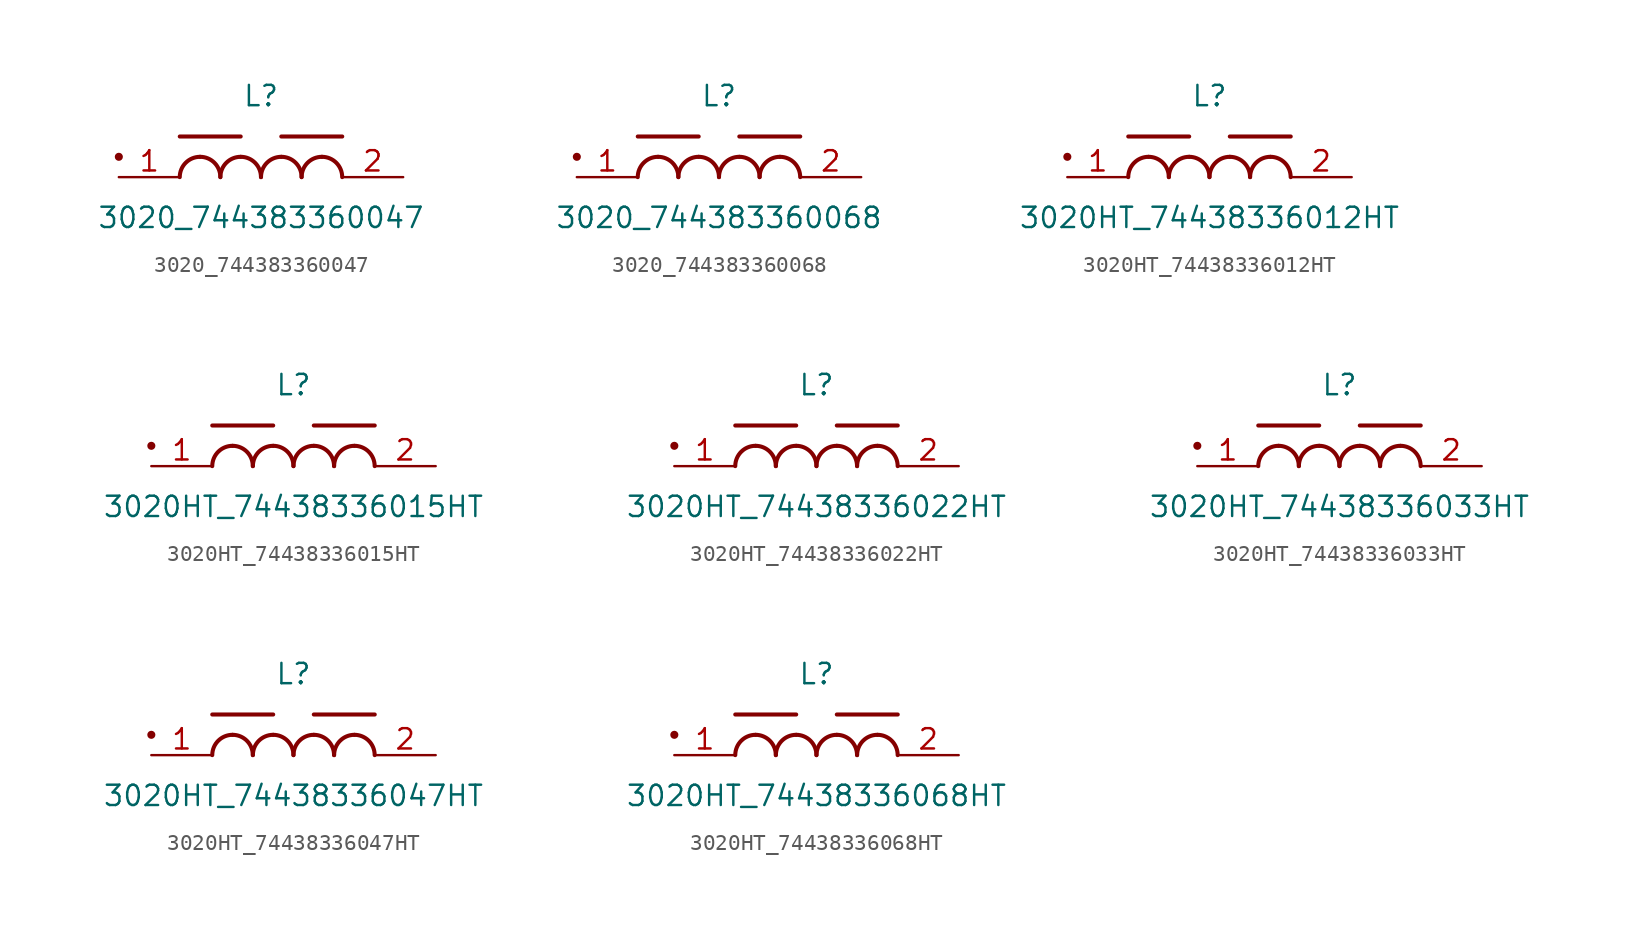
<source format=kicad_sym>
(kicad_symbol_lib
  (version 20211014)
  (generator kicad_symbol_editor)
  (symbol "Inductor_Wurth_WE-MAPI:3020_744383360047"
    (pin_names hide)
    (property "Reference" "L"
      (at 0 5.08 0)
      (effects (font (size 1.27 1.27))))
    (property "Value" "3020_744383360047"
      (at 0 -2.54 0)
      (effects (font (size 1.27 1.27))))
    (symbol "3020_744383360047_0_1"
      (circle (center -8.89 1.27) (radius 0.0001) (stroke (width 0.254)) (stroke (width 0.254) (type default) (color 0 0 0 0)) (fill (type none)))
      (arc (start -3.81 1.27) (mid -4.708 0.898) (end -5.08 0) (stroke (width 0.254) (type default) (color 0 0 0 0)) (fill (type none)))
      (arc (start -2.54 0) (mid -2.912 0.898) (end -3.81 1.27) (stroke (width 0.254) (type default) (color 0 0 0 0)) (fill (type none)))
      (arc (start -1.2699 1.2701) (mid -2.1679 0.8981) (end -2.5399 0.0001) (stroke (width 0.254) (type default) (color 0 0 0 0)) (fill (type none)))
      (polyline (pts (xy -5.08 2.54) (xy -1.27 2.54)) (stroke (width 0.254) (type default) (color 0 0 0 0)) (fill (type none)))
      (polyline (pts (xy 5.08 2.54) (xy 1.27 2.54)) (stroke (width 0.254) (type default) (color 0 0 0 0)) (fill (type none)))
      (arc (start 0.0001 0.0001) (mid -0.3719 0.8981) (end -1.2699 1.2701) (stroke (width 0.254) (type default) (color 0 0 0 0)) (fill (type none)))
      (arc (start 1.2701 1.2701) (mid 0.3721 0.8981) (end 0.0001 0.0001) (stroke (width 0.254) (type default) (color 0 0 0 0)) (fill (type none)))
      (arc (start 2.5401 0.0001) (mid 2.1681 0.8981) (end 1.2701 1.2701) (stroke (width 0.254) (type default) (color 0 0 0 0)) (fill (type none)))
      (arc (start 3.8101 1.2701) (mid 2.9121 0.8981) (end 2.5401 0.0001) (stroke (width 0.254) (type default) (color 0 0 0 0)) (fill (type none)))
      (arc (start 5.0801 0.0001) (mid 4.7081 0.8981) (end 3.8101 1.2701) (stroke (width 0.254) (type default) (color 0 0 0 0)) (fill (type none))))
    (symbol "3020_744383360047_1_1"
      (pin passive line (at -8.89 0 0) (length 3.81) (name "1" (effects (font (size 1.27 1.27)))) (number "1" (effects (font (size 1.27 1.27)))))
      (pin passive line (at 8.89 0 180) (length 3.81) (name "2" (effects (font (size 1.27 1.27)))) (number "2" (effects (font (size 1.27 1.27)))))))
  (symbol "Inductor_Wurth_WE-MAPI:3020_744383360068"
    (pin_names hide)
    (property "Reference" "L"
      (at 0 5.08 0)
      (effects (font (size 1.27 1.27))))
    (property "Value" "3020_744383360068"
      (at 0 -2.54 0)
      (effects (font (size 1.27 1.27))))
    (symbol "3020_744383360068_0_1"
      (circle (center -8.89 1.27) (radius 0.0001) (stroke (width 0.254)) (stroke (width 0.254) (type default) (color 0 0 0 0)) (fill (type none)))
      (arc (start -3.81 1.27) (mid -4.708 0.898) (end -5.08 0) (stroke (width 0.254) (type default) (color 0 0 0 0)) (fill (type none)))
      (arc (start -2.54 0) (mid -2.912 0.898) (end -3.81 1.27) (stroke (width 0.254) (type default) (color 0 0 0 0)) (fill (type none)))
      (arc (start -1.2699 1.2701) (mid -2.1679 0.8981) (end -2.5399 0.0001) (stroke (width 0.254) (type default) (color 0 0 0 0)) (fill (type none)))
      (polyline (pts (xy -5.08 2.54) (xy -1.27 2.54)) (stroke (width 0.254) (type default) (color 0 0 0 0)) (fill (type none)))
      (polyline (pts (xy 5.08 2.54) (xy 1.27 2.54)) (stroke (width 0.254) (type default) (color 0 0 0 0)) (fill (type none)))
      (arc (start 0.0001 0.0001) (mid -0.3719 0.8981) (end -1.2699 1.2701) (stroke (width 0.254) (type default) (color 0 0 0 0)) (fill (type none)))
      (arc (start 1.2701 1.2701) (mid 0.3721 0.8981) (end 0.0001 0.0001) (stroke (width 0.254) (type default) (color 0 0 0 0)) (fill (type none)))
      (arc (start 2.5401 0.0001) (mid 2.1681 0.8981) (end 1.2701 1.2701) (stroke (width 0.254) (type default) (color 0 0 0 0)) (fill (type none)))
      (arc (start 3.8101 1.2701) (mid 2.9121 0.8981) (end 2.5401 0.0001) (stroke (width 0.254) (type default) (color 0 0 0 0)) (fill (type none)))
      (arc (start 5.0801 0.0001) (mid 4.7081 0.8981) (end 3.8101 1.2701) (stroke (width 0.254) (type default) (color 0 0 0 0)) (fill (type none))))
    (symbol "3020_744383360068_1_1"
      (pin passive line (at -8.89 0 0) (length 3.81) (name "1" (effects (font (size 1.27 1.27)))) (number "1" (effects (font (size 1.27 1.27)))))
      (pin passive line (at 8.89 0 180) (length 3.81) (name "2" (effects (font (size 1.27 1.27)))) (number "2" (effects (font (size 1.27 1.27)))))))
  (symbol "Inductor_Wurth_WE-MAPI:3020HT_74438336012HT"
    (pin_names hide)
    (property "Reference" "L"
      (at 0 5.08 0)
      (effects (font (size 1.27 1.27))))
    (property "Value" "3020HT_74438336012HT"
      (at 0 -2.54 0)
      (effects (font (size 1.27 1.27))))
    (symbol "3020HT_74438336012HT_0_1"
      (circle (center -8.89 1.27) (radius 0.0001) (stroke (width 0.254)) (stroke (width 0.254) (type default) (color 0 0 0 0)) (fill (type none)))
      (arc (start -3.81 1.27) (mid -4.708 0.898) (end -5.08 0) (stroke (width 0.254) (type default) (color 0 0 0 0)) (fill (type none)))
      (arc (start -2.54 0) (mid -2.912 0.898) (end -3.81 1.27) (stroke (width 0.254) (type default) (color 0 0 0 0)) (fill (type none)))
      (arc (start -1.2699 1.2701) (mid -2.1679 0.8981) (end -2.5399 0.0001) (stroke (width 0.254) (type default) (color 0 0 0 0)) (fill (type none)))
      (polyline (pts (xy -5.08 2.54) (xy -1.27 2.54)) (stroke (width 0.254) (type default) (color 0 0 0 0)) (fill (type none)))
      (polyline (pts (xy 5.08 2.54) (xy 1.27 2.54)) (stroke (width 0.254) (type default) (color 0 0 0 0)) (fill (type none)))
      (arc (start 0.0001 0.0001) (mid -0.3719 0.8981) (end -1.2699 1.2701) (stroke (width 0.254) (type default) (color 0 0 0 0)) (fill (type none)))
      (arc (start 1.2701 1.2701) (mid 0.3721 0.8981) (end 0.0001 0.0001) (stroke (width 0.254) (type default) (color 0 0 0 0)) (fill (type none)))
      (arc (start 2.5401 0.0001) (mid 2.1681 0.8981) (end 1.2701 1.2701) (stroke (width 0.254) (type default) (color 0 0 0 0)) (fill (type none)))
      (arc (start 3.8101 1.2701) (mid 2.9121 0.8981) (end 2.5401 0.0001) (stroke (width 0.254) (type default) (color 0 0 0 0)) (fill (type none)))
      (arc (start 5.0801 0.0001) (mid 4.7081 0.8981) (end 3.8101 1.2701) (stroke (width 0.254) (type default) (color 0 0 0 0)) (fill (type none))))
    (symbol "3020HT_74438336012HT_1_1"
      (pin passive line (at -8.89 0 0) (length 3.81) (name "1" (effects (font (size 1.27 1.27)))) (number "1" (effects (font (size 1.27 1.27)))))
      (pin passive line (at 8.89 0 180) (length 3.81) (name "2" (effects (font (size 1.27 1.27)))) (number "2" (effects (font (size 1.27 1.27)))))))
  (symbol "Inductor_Wurth_WE-MAPI:3020HT_74438336015HT"
    (pin_names hide)
    (property "Reference" "L"
      (at 0 5.08 0)
      (effects (font (size 1.27 1.27))))
    (property "Value" "3020HT_74438336015HT"
      (at 0 -2.54 0)
      (effects (font (size 1.27 1.27))))
    (symbol "3020HT_74438336015HT_0_1"
      (circle (center -8.89 1.27) (radius 0.0001) (stroke (width 0.254)) (stroke (width 0.254) (type default) (color 0 0 0 0)) (fill (type none)))
      (arc (start -3.81 1.27) (mid -4.708 0.898) (end -5.08 0) (stroke (width 0.254) (type default) (color 0 0 0 0)) (fill (type none)))
      (arc (start -2.54 0) (mid -2.912 0.898) (end -3.81 1.27) (stroke (width 0.254) (type default) (color 0 0 0 0)) (fill (type none)))
      (arc (start -1.2699 1.2701) (mid -2.1679 0.8981) (end -2.5399 0.0001) (stroke (width 0.254) (type default) (color 0 0 0 0)) (fill (type none)))
      (polyline (pts (xy -5.08 2.54) (xy -1.27 2.54)) (stroke (width 0.254) (type default) (color 0 0 0 0)) (fill (type none)))
      (polyline (pts (xy 5.08 2.54) (xy 1.27 2.54)) (stroke (width 0.254) (type default) (color 0 0 0 0)) (fill (type none)))
      (arc (start 0.0001 0.0001) (mid -0.3719 0.8981) (end -1.2699 1.2701) (stroke (width 0.254) (type default) (color 0 0 0 0)) (fill (type none)))
      (arc (start 1.2701 1.2701) (mid 0.3721 0.8981) (end 0.0001 0.0001) (stroke (width 0.254) (type default) (color 0 0 0 0)) (fill (type none)))
      (arc (start 2.5401 0.0001) (mid 2.1681 0.8981) (end 1.2701 1.2701) (stroke (width 0.254) (type default) (color 0 0 0 0)) (fill (type none)))
      (arc (start 3.8101 1.2701) (mid 2.9121 0.8981) (end 2.5401 0.0001) (stroke (width 0.254) (type default) (color 0 0 0 0)) (fill (type none)))
      (arc (start 5.0801 0.0001) (mid 4.7081 0.8981) (end 3.8101 1.2701) (stroke (width 0.254) (type default) (color 0 0 0 0)) (fill (type none))))
    (symbol "3020HT_74438336015HT_1_1"
      (pin passive line (at -8.89 0 0) (length 3.81) (name "1" (effects (font (size 1.27 1.27)))) (number "1" (effects (font (size 1.27 1.27)))))
      (pin passive line (at 8.89 0 180) (length 3.81) (name "2" (effects (font (size 1.27 1.27)))) (number "2" (effects (font (size 1.27 1.27)))))))
  (symbol "Inductor_Wurth_WE-MAPI:3020HT_74438336022HT"
    (pin_names hide)
    (property "Reference" "L"
      (at 0 5.08 0)
      (effects (font (size 1.27 1.27))))
    (property "Value" "3020HT_74438336022HT"
      (at 0 -2.54 0)
      (effects (font (size 1.27 1.27))))
    (symbol "3020HT_74438336022HT_0_1"
      (circle (center -8.89 1.27) (radius 0.0001) (stroke (width 0.254)) (stroke (width 0.254) (type default) (color 0 0 0 0)) (fill (type none)))
      (arc (start -3.81 1.27) (mid -4.708 0.898) (end -5.08 0) (stroke (width 0.254) (type default) (color 0 0 0 0)) (fill (type none)))
      (arc (start -2.54 0) (mid -2.912 0.898) (end -3.81 1.27) (stroke (width 0.254) (type default) (color 0 0 0 0)) (fill (type none)))
      (arc (start -1.2699 1.2701) (mid -2.1679 0.8981) (end -2.5399 0.0001) (stroke (width 0.254) (type default) (color 0 0 0 0)) (fill (type none)))
      (polyline (pts (xy -5.08 2.54) (xy -1.27 2.54)) (stroke (width 0.254) (type default) (color 0 0 0 0)) (fill (type none)))
      (polyline (pts (xy 5.08 2.54) (xy 1.27 2.54)) (stroke (width 0.254) (type default) (color 0 0 0 0)) (fill (type none)))
      (arc (start 0.0001 0.0001) (mid -0.3719 0.8981) (end -1.2699 1.2701) (stroke (width 0.254) (type default) (color 0 0 0 0)) (fill (type none)))
      (arc (start 1.2701 1.2701) (mid 0.3721 0.8981) (end 0.0001 0.0001) (stroke (width 0.254) (type default) (color 0 0 0 0)) (fill (type none)))
      (arc (start 2.5401 0.0001) (mid 2.1681 0.8981) (end 1.2701 1.2701) (stroke (width 0.254) (type default) (color 0 0 0 0)) (fill (type none)))
      (arc (start 3.8101 1.2701) (mid 2.9121 0.8981) (end 2.5401 0.0001) (stroke (width 0.254) (type default) (color 0 0 0 0)) (fill (type none)))
      (arc (start 5.0801 0.0001) (mid 4.7081 0.8981) (end 3.8101 1.2701) (stroke (width 0.254) (type default) (color 0 0 0 0)) (fill (type none))))
    (symbol "3020HT_74438336022HT_1_1"
      (pin passive line (at -8.89 0 0) (length 3.81) (name "1" (effects (font (size 1.27 1.27)))) (number "1" (effects (font (size 1.27 1.27)))))
      (pin passive line (at 8.89 0 180) (length 3.81) (name "2" (effects (font (size 1.27 1.27)))) (number "2" (effects (font (size 1.27 1.27)))))))
  (symbol "Inductor_Wurth_WE-MAPI:3020HT_74438336033HT"
    (pin_names hide)
    (property "Reference" "L"
      (at 0 5.08 0)
      (effects (font (size 1.27 1.27))))
    (property "Value" "3020HT_74438336033HT"
      (at 0 -2.54 0)
      (effects (font (size 1.27 1.27))))
    (symbol "3020HT_74438336033HT_0_1"
      (circle (center -8.89 1.27) (radius 0.0001) (stroke (width 0.254)) (stroke (width 0.254) (type default) (color 0 0 0 0)) (fill (type none)))
      (arc (start -3.81 1.27) (mid -4.708 0.898) (end -5.08 0) (stroke (width 0.254) (type default) (color 0 0 0 0)) (fill (type none)))
      (arc (start -2.54 0) (mid -2.912 0.898) (end -3.81 1.27) (stroke (width 0.254) (type default) (color 0 0 0 0)) (fill (type none)))
      (arc (start -1.2699 1.2701) (mid -2.1679 0.8981) (end -2.5399 0.0001) (stroke (width 0.254) (type default) (color 0 0 0 0)) (fill (type none)))
      (polyline (pts (xy -5.08 2.54) (xy -1.27 2.54)) (stroke (width 0.254) (type default) (color 0 0 0 0)) (fill (type none)))
      (polyline (pts (xy 5.08 2.54) (xy 1.27 2.54)) (stroke (width 0.254) (type default) (color 0 0 0 0)) (fill (type none)))
      (arc (start 0.0001 0.0001) (mid -0.3719 0.8981) (end -1.2699 1.2701) (stroke (width 0.254) (type default) (color 0 0 0 0)) (fill (type none)))
      (arc (start 1.2701 1.2701) (mid 0.3721 0.8981) (end 0.0001 0.0001) (stroke (width 0.254) (type default) (color 0 0 0 0)) (fill (type none)))
      (arc (start 2.5401 0.0001) (mid 2.1681 0.8981) (end 1.2701 1.2701) (stroke (width 0.254) (type default) (color 0 0 0 0)) (fill (type none)))
      (arc (start 3.8101 1.2701) (mid 2.9121 0.8981) (end 2.5401 0.0001) (stroke (width 0.254) (type default) (color 0 0 0 0)) (fill (type none)))
      (arc (start 5.0801 0.0001) (mid 4.7081 0.8981) (end 3.8101 1.2701) (stroke (width 0.254) (type default) (color 0 0 0 0)) (fill (type none))))
    (symbol "3020HT_74438336033HT_1_1"
      (pin passive line (at -8.89 0 0) (length 3.81) (name "1" (effects (font (size 1.27 1.27)))) (number "1" (effects (font (size 1.27 1.27)))))
      (pin passive line (at 8.89 0 180) (length 3.81) (name "2" (effects (font (size 1.27 1.27)))) (number "2" (effects (font (size 1.27 1.27)))))))
  (symbol "Inductor_Wurth_WE-MAPI:3020HT_74438336047HT"
    (pin_names hide)
    (property "Reference" "L"
      (at 0 5.08 0)
      (effects (font (size 1.27 1.27))))
    (property "Value" "3020HT_74438336047HT"
      (at 0 -2.54 0)
      (effects (font (size 1.27 1.27))))
    (symbol "3020HT_74438336047HT_0_1"
      (circle (center -8.89 1.27) (radius 0.0001) (stroke (width 0.254)) (stroke (width 0.254) (type default) (color 0 0 0 0)) (fill (type none)))
      (arc (start -3.81 1.27) (mid -4.708 0.898) (end -5.08 0) (stroke (width 0.254) (type default) (color 0 0 0 0)) (fill (type none)))
      (arc (start -2.54 0) (mid -2.912 0.898) (end -3.81 1.27) (stroke (width 0.254) (type default) (color 0 0 0 0)) (fill (type none)))
      (arc (start -1.2699 1.2701) (mid -2.1679 0.8981) (end -2.5399 0.0001) (stroke (width 0.254) (type default) (color 0 0 0 0)) (fill (type none)))
      (polyline (pts (xy -5.08 2.54) (xy -1.27 2.54)) (stroke (width 0.254) (type default) (color 0 0 0 0)) (fill (type none)))
      (polyline (pts (xy 5.08 2.54) (xy 1.27 2.54)) (stroke (width 0.254) (type default) (color 0 0 0 0)) (fill (type none)))
      (arc (start 0.0001 0.0001) (mid -0.3719 0.8981) (end -1.2699 1.2701) (stroke (width 0.254) (type default) (color 0 0 0 0)) (fill (type none)))
      (arc (start 1.2701 1.2701) (mid 0.3721 0.8981) (end 0.0001 0.0001) (stroke (width 0.254) (type default) (color 0 0 0 0)) (fill (type none)))
      (arc (start 2.5401 0.0001) (mid 2.1681 0.8981) (end 1.2701 1.2701) (stroke (width 0.254) (type default) (color 0 0 0 0)) (fill (type none)))
      (arc (start 3.8101 1.2701) (mid 2.9121 0.8981) (end 2.5401 0.0001) (stroke (width 0.254) (type default) (color 0 0 0 0)) (fill (type none)))
      (arc (start 5.0801 0.0001) (mid 4.7081 0.8981) (end 3.8101 1.2701) (stroke (width 0.254) (type default) (color 0 0 0 0)) (fill (type none))))
    (symbol "3020HT_74438336047HT_1_1"
      (pin passive line (at -8.89 0 0) (length 3.81) (name "1" (effects (font (size 1.27 1.27)))) (number "1" (effects (font (size 1.27 1.27)))))
      (pin passive line (at 8.89 0 180) (length 3.81) (name "2" (effects (font (size 1.27 1.27)))) (number "2" (effects (font (size 1.27 1.27)))))))
  (symbol "Inductor_Wurth_WE-MAPI:3020HT_74438336068HT"
    (pin_names hide)
    (property "Reference" "L"
      (at 0 5.08 0)
      (effects (font (size 1.27 1.27))))
    (property "Value" "3020HT_74438336068HT"
      (at 0 -2.54 0)
      (effects (font (size 1.27 1.27))))
    (symbol "3020HT_74438336068HT_0_1"
      (circle (center -8.89 1.27) (radius 0.0001) (stroke (width 0.254)) (stroke (width 0.254) (type default) (color 0 0 0 0)) (fill (type none)))
      (arc (start -3.81 1.27) (mid -4.708 0.898) (end -5.08 0) (stroke (width 0.254) (type default) (color 0 0 0 0)) (fill (type none)))
      (arc (start -2.54 0) (mid -2.912 0.898) (end -3.81 1.27) (stroke (width 0.254) (type default) (color 0 0 0 0)) (fill (type none)))
      (arc (start -1.2699 1.2701) (mid -2.1679 0.8981) (end -2.5399 0.0001) (stroke (width 0.254) (type default) (color 0 0 0 0)) (fill (type none)))
      (polyline (pts (xy -5.08 2.54) (xy -1.27 2.54)) (stroke (width 0.254) (type default) (color 0 0 0 0)) (fill (type none)))
      (polyline (pts (xy 5.08 2.54) (xy 1.27 2.54)) (stroke (width 0.254) (type default) (color 0 0 0 0)) (fill (type none)))
      (arc (start 0.0001 0.0001) (mid -0.3719 0.8981) (end -1.2699 1.2701) (stroke (width 0.254) (type default) (color 0 0 0 0)) (fill (type none)))
      (arc (start 1.2701 1.2701) (mid 0.3721 0.8981) (end 0.0001 0.0001) (stroke (width 0.254) (type default) (color 0 0 0 0)) (fill (type none)))
      (arc (start 2.5401 0.0001) (mid 2.1681 0.8981) (end 1.2701 1.2701) (stroke (width 0.254) (type default) (color 0 0 0 0)) (fill (type none)))
      (arc (start 3.8101 1.2701) (mid 2.9121 0.8981) (end 2.5401 0.0001) (stroke (width 0.254) (type default) (color 0 0 0 0)) (fill (type none)))
      (arc (start 5.0801 0.0001) (mid 4.7081 0.8981) (end 3.8101 1.2701) (stroke (width 0.254) (type default) (color 0 0 0 0)) (fill (type none))))
    (symbol "3020HT_74438336068HT_1_1"
      (pin passive line (at -8.89 0 0) (length 3.81) (name "1" (effects (font (size 1.27 1.27)))) (number "1" (effects (font (size 1.27 1.27)))))
      (pin passive line (at 8.89 0 180) (length 3.81) (name "2" (effects (font (size 1.27 1.27)))) (number "2" (effects (font (size 1.27 1.27))))))))
</source>
